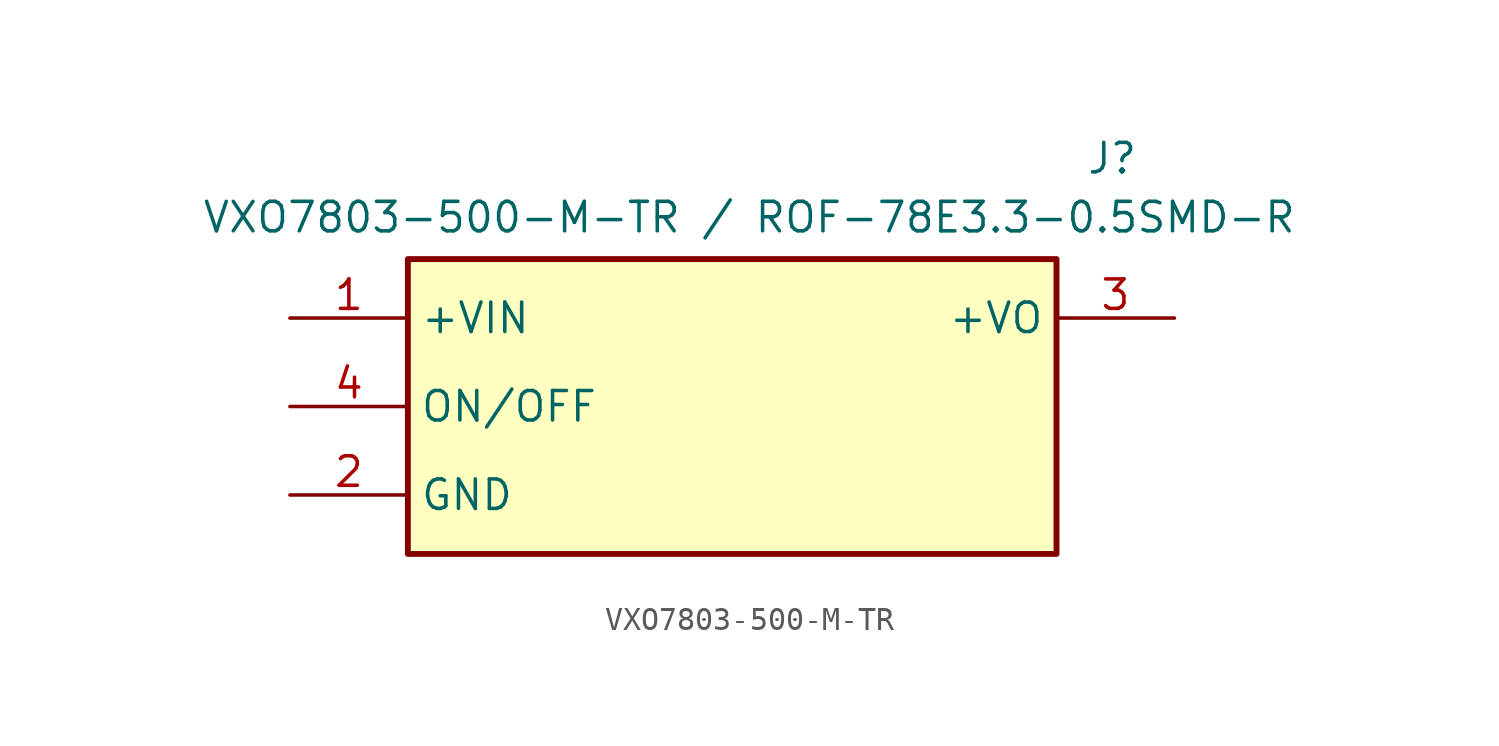
<source format=kicad_sym>
(kicad_symbol_lib
  (version 20231120)
  (generator "kicad_symbol_editor")
  (generator_version "8.0")
  (symbol "VXO7803-500-M-TR"
    (property "Reference" "J"
      (at 34.29 7.62 0)
      (effects (font (size 1.27 1.27)) (justify left top)))
    (property "Value" "VXO7803-500-M-TR / ROF-78E3.3-0.5SMD-R "
      (at -3.81 5.08 0)
      (effects (font (size 1.27 1.27)) (justify left top)))
    (symbol "VXO7803-500-M-TR_1_1"
      (rectangle (start 5.08 2.54) (end 33.02 -10.16) (stroke (width 0.254) (type default)) (fill (type background)))
      (pin passive line (at 0 0 0) (length 5.08) (name "+VIN" (effects (font (size 1.27 1.27)))) (number "1" (effects (font (size 1.27 1.27)))))
      (pin passive line (at 0 -7.62 0) (length 5.08) (name "GND" (effects (font (size 1.27 1.27)))) (number "2" (effects (font (size 1.27 1.27)))))
      (pin passive line (at 38.1 0 180) (length 5.08) (name "+VO" (effects (font (size 1.27 1.27)))) (number "3" (effects (font (size 1.27 1.27)))))
      (pin passive line (at 0 -3.81 0) (length 5.08) (name "ON/OFF" (effects (font (size 1.27 1.27)))) (number "4" (effects (font (size 1.27 1.27))))))))
</source>
